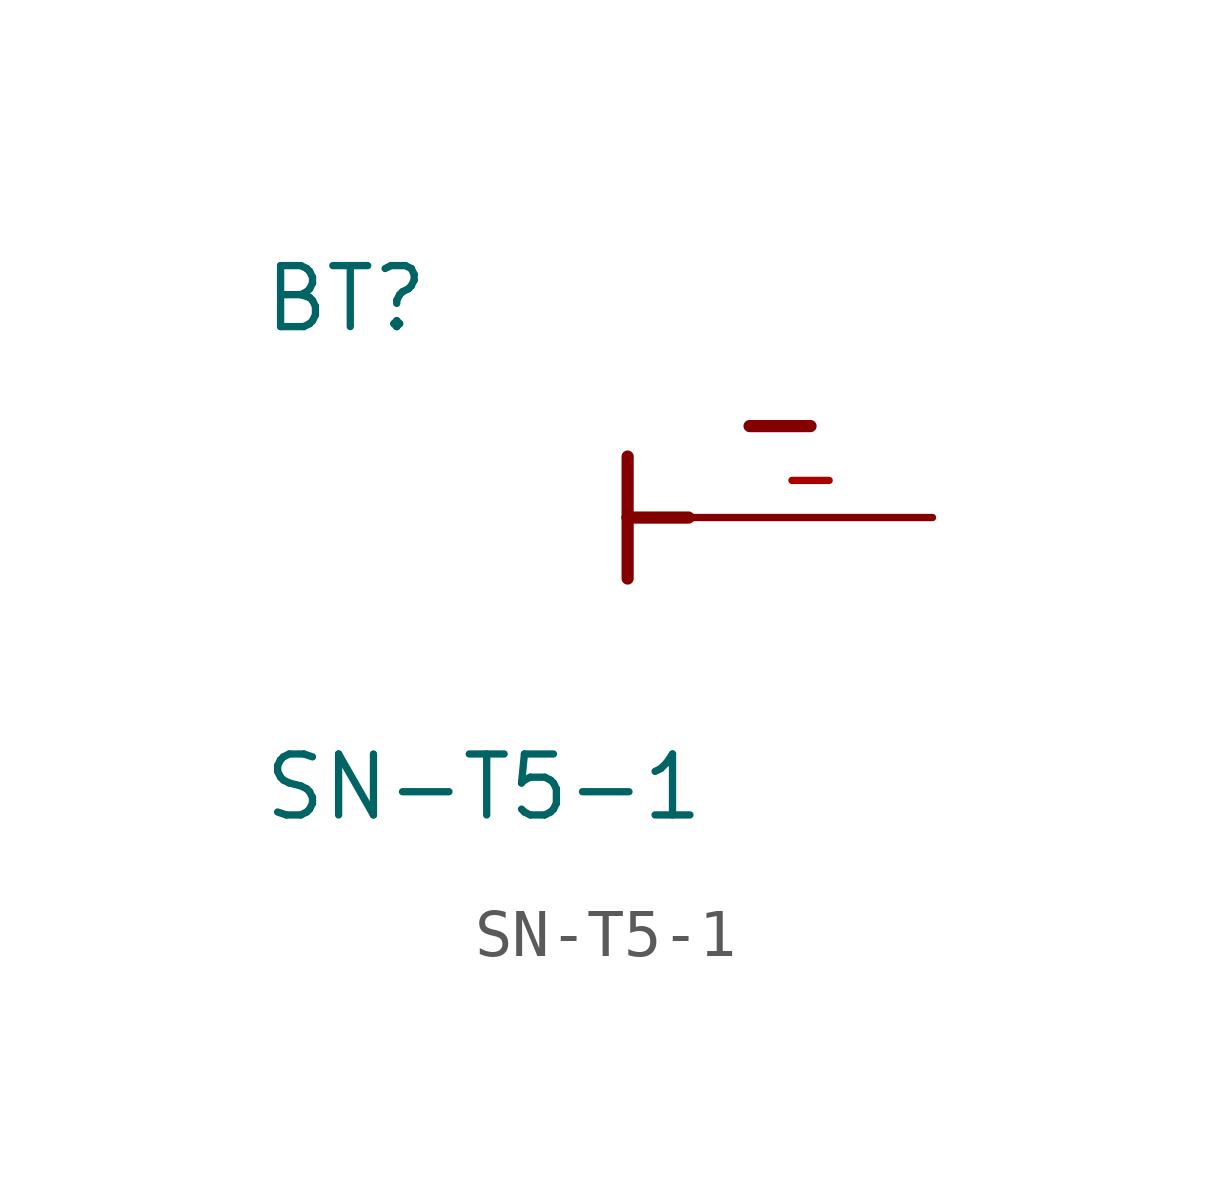
<source format=kicad_sym>
(kicad_symbol_lib
  (version 20211014)
  (generator kicad_symbol_editor)
  (symbol "SN-T5-1"
    (pin_names
      (offset 1.016))
    (property "Reference" "BT"
      (at -6.361 3.814 0)
      (effects (font (size 1.27 1.27)) (justify bottom left)))
    (property "Value" "SN-T5-1"
      (at -6.362 -6.358 0)
      (effects (font (size 1.27 1.27)) (justify bottom left)))
    (symbol "SN-T5-1_0_0"
      (polyline (pts (xy 1.27 1.27) (xy 1.27 0.0)) (stroke (width 0.254)))
      (polyline (pts (xy 1.27 0.0) (xy 1.27 -1.27)) (stroke (width 0.254)))
      (polyline (pts (xy 1.27 0.0) (xy 2.54 0.0)) (stroke (width 0.254)))
      (polyline (pts (xy 3.81 1.905) (xy 5.08 1.905)) (stroke (width 0.254)))
      (pin passive line (at 7.62 0.0 180.0) (length 5.08) (name "~" (effects (font (size 1.016 1.016)))) (number "-" (effects (font (size 1.016 1.016))))))))
</source>
